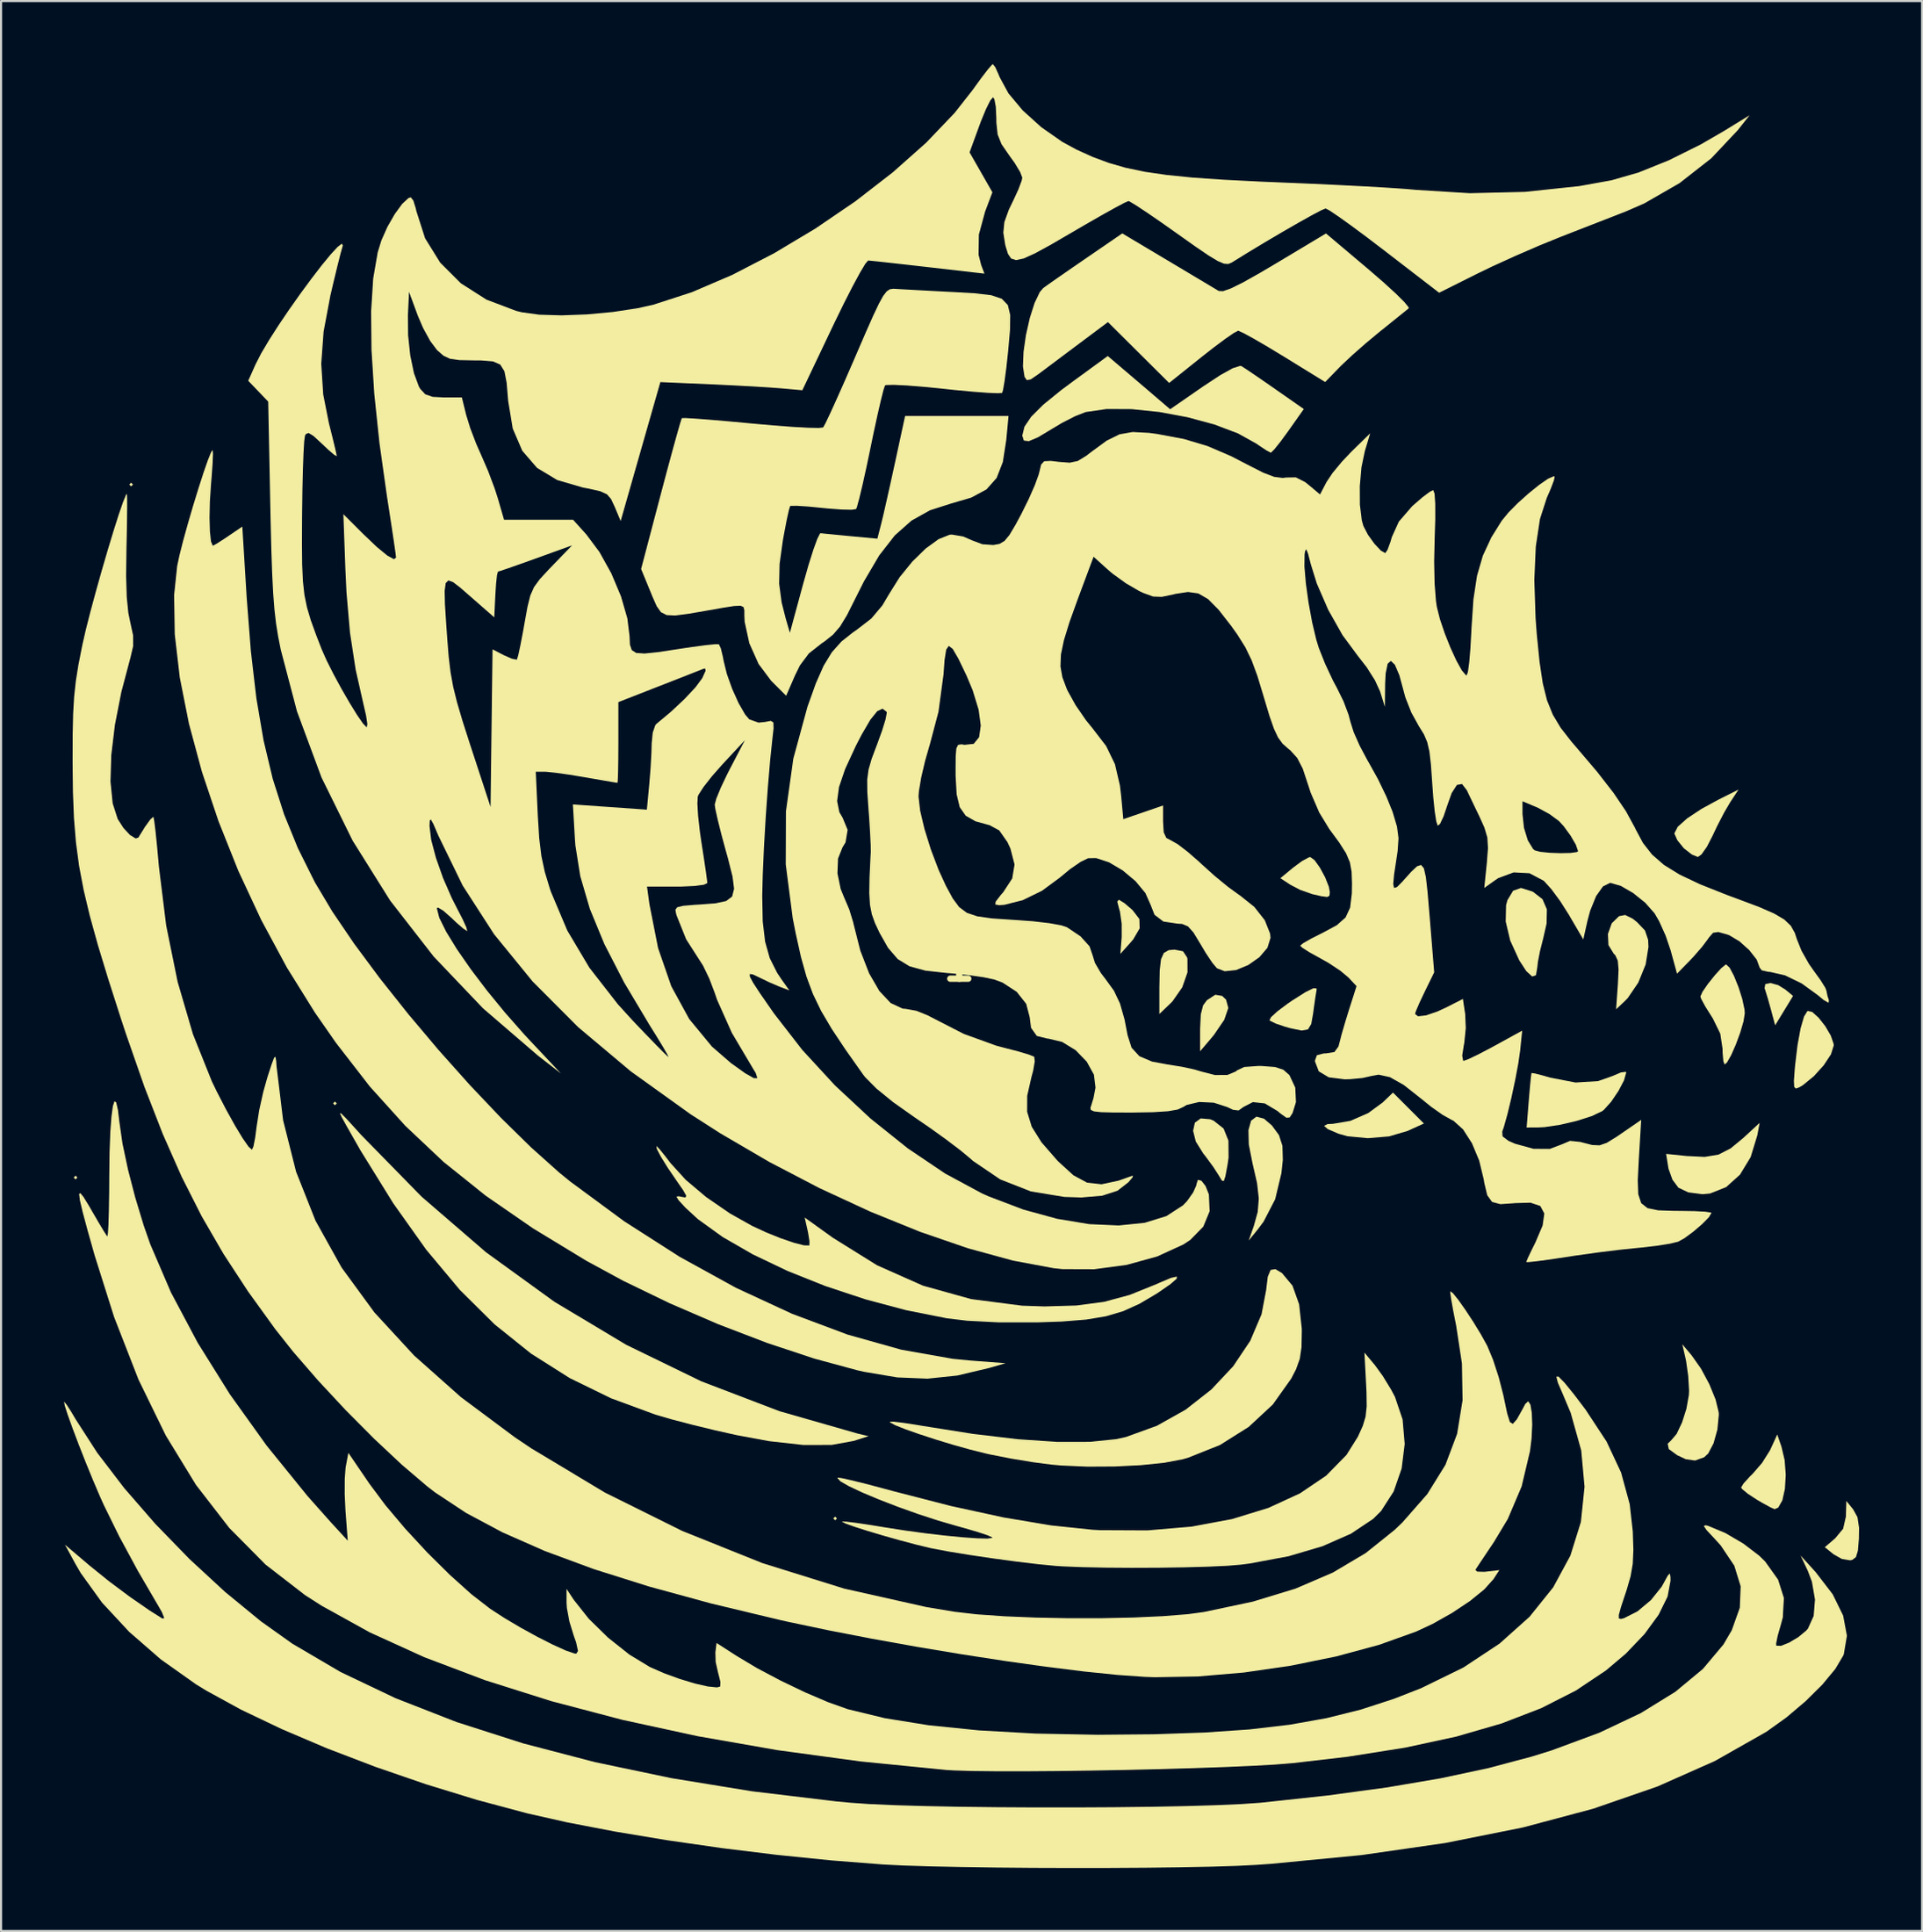
<source format=kicad_pcb>
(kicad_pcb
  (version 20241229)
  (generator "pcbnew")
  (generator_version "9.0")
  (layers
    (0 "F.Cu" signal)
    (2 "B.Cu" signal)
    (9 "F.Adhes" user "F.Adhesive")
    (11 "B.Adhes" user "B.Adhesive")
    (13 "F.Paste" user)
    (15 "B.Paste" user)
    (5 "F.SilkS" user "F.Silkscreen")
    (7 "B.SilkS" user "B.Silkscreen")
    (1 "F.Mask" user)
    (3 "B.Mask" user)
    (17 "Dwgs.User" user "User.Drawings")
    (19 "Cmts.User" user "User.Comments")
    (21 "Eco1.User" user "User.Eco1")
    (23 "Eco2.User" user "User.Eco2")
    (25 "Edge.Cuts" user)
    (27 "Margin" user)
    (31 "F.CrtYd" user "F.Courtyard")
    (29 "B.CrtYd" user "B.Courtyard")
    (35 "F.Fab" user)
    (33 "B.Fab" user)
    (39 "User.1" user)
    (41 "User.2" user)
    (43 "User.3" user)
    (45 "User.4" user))
  (footprint "1"
    (layer "F.Cu")
    (at 42.615 42.855)
    (property "Reference" "1" (at 0 0 0) (layer "F.SilkS") (effects (font (size 1.5 1.5) (thickness 0.3))))
    (attr board_only exclude_from_pos_files exclude_from_bom)
    (fp_poly (pts (xy -41.981 10.142) (xy -42.069 10.231) (xy -42.157 10.142) (xy -42.069 10.054)) (stroke (width 0) (type solid)) (fill yes) (layer "F.SilkS"))
    (fp_poly (pts (xy -39.335 -22.842) (xy -39.423 -22.754) (xy -39.511 -22.842) (xy -39.423 -22.931)) (stroke (width 0) (type solid)) (fill yes) (layer "F.SilkS"))
    (fp_poly (pts (xy -29.633 6.615) (xy -29.722 6.703) (xy -29.81 6.615) (xy -29.722 6.526)) (stroke (width 0) (type solid)) (fill yes) (layer "F.SilkS"))
    (fp_poly (pts (xy -5.821 26.37) (xy -5.909 26.458) (xy -5.997 26.37) (xy -5.909 26.282)) (stroke (width 0) (type solid)) (fill yes) (layer "F.SilkS"))
    (fp_poly (pts (xy 38.979 0.983) (xy 39.317 1.191) (xy 39.691 1.499) (xy 39.265 2.198) (xy 38.839 2.897) (xy 38.636 2.143) (xy 38.489 1.62) (xy 38.365 1.217) (xy 38.336 1.135) (xy 38.369 0.934) (xy 38.617 0.885)) (stroke (width 0) (type solid)) (fill yes) (layer "F.SilkS"))
    (fp_poly (pts (xy 12.513 1.498) (xy 12.7 1.676) (xy 12.807 2.073) (xy 12.613 2.637) (xy 12.124 3.353) (xy 11.985 3.521) (xy 11.465 4.132) (xy 11.465 3.063) (xy 11.497 2.379) (xy 11.607 1.948) (xy 11.788 1.703) (xy 12.188 1.442)) (stroke (width 0) (type solid)) (fill yes) (layer "F.SilkS"))
    (fp_poly (pts (xy 7.863 -2.917) (xy 8.246 -2.589) (xy 8.574 -2.162) (xy 8.587 -1.717) (xy 8.283 -1.197) (xy 8.156 -1.048) (xy 7.668 -0.502) (xy 7.732 -1.308) (xy 7.731 -1.937) (xy 7.648 -2.518) (xy 7.609 -2.651) (xy 7.52 -2.992) (xy 7.596 -3.081)) (stroke (width 0) (type solid)) (fill yes) (layer "F.SilkS"))
    (fp_poly (pts (xy 10.65 -0.627) (xy 10.845 -0.335) (xy 10.861 -0.274) (xy 10.864 0.377) (xy 10.613 1.092) (xy 10.155 1.749) (xy 10.05 1.856) (xy 9.525 2.359) (xy 9.525 1.106) (xy 9.541 0.284) (xy 9.603 -0.247) (xy 9.738 -0.548) (xy 9.968 -0.68) (xy 10.246 -0.706)) (stroke (width 0) (type solid)) (fill yes) (layer "F.SilkS"))
    (fp_poly (pts (xy 21.382 6.835) (xy 22.118 7.571) (xy 21.334 7.927) (xy 20.457 8.185) (xy 19.448 8.27) (xy 18.477 8.177) (xy 18.048 8.056) (xy 17.54 7.837) (xy 17.366 7.683) (xy 17.531 7.599) (xy 17.792 7.585) (xy 18.615 7.446) (xy 19.466 7.075) (xy 20.157 6.568) (xy 20.646 6.099)) (stroke (width 0) (type solid)) (fill yes) (layer "F.SilkS"))
    (fp_poly (pts (xy 16.91 -4.967) (xy 17.167 -4.608) (xy 17.416 -4.147) (xy 17.593 -3.701) (xy 17.639 -3.447) (xy 17.623 -3.272) (xy 17.515 -3.21) (xy 17.224 -3.25) (xy 16.805 -3.346) (xy 16.232 -3.547) (xy 15.761 -3.793) (xy 15.285 -4.105) (xy 15.889 -4.605) (xy 16.304 -4.913) (xy 16.632 -5.092) (xy 16.709 -5.111)) (stroke (width 0) (type solid)) (fill yes) (layer "F.SilkS"))
    (fp_poly (pts (xy 42.553 25.939) (xy 42.757 26.308) (xy 42.834 26.815) (xy 42.826 27.326) (xy 42.778 27.9) (xy 42.685 28.209) (xy 42.515 28.34) (xy 42.407 28.363) (xy 42.009 28.295) (xy 41.622 28.077) (xy 41.203 27.738) (xy 41.697 27.314) (xy 42.075 26.858) (xy 42.206 26.283) (xy 42.209 26.213) (xy 42.228 25.537)) (stroke (width 0) (type solid)) (fill yes) (layer "F.SilkS"))
    (fp_poly (pts (xy 11.941 7.368) (xy 12.113 7.439) (xy 12.582 7.811) (xy 12.813 8.386) (xy 12.819 9.196) (xy 12.767 9.551) (xy 12.668 10.083) (xy 12.591 10.312) (xy 12.498 10.284) (xy 12.36 10.054) (xy 12.09 9.634) (xy 11.721 9.132) (xy 11.615 9) (xy 11.258 8.427) (xy 11.131 7.918) (xy 11.215 7.532) (xy 11.492 7.329)) (stroke (width 0) (type solid)) (fill yes) (layer "F.SilkS"))
    (fp_poly (pts (xy 36.707 -7.734) (xy 36.416 -7.24) (xy 36.079 -6.589) (xy 35.862 -6.13) (xy 35.589 -5.601) (xy 35.329 -5.234) (xy 35.159 -5.115) (xy 34.872 -5.232) (xy 34.509 -5.516) (xy 34.476 -5.548) (xy 34.181 -5.915) (xy 34.044 -6.225) (xy 34.043 -6.245) (xy 34.201 -6.552) (xy 34.645 -6.949) (xy 35.33 -7.404) (xy 36.144 -7.847) (xy 37.098 -8.325)) (stroke (width 0) (type solid)) (fill yes) (layer "F.SilkS"))
    (fp_poly (pts (xy 37.989 8.135) (xy 37.672 9.17) (xy 37.164 10.005) (xy 36.506 10.598) (xy 35.738 10.903) (xy 35.379 10.936) (xy 34.703 10.849) (xy 34.234 10.627) (xy 33.95 10.246) (xy 33.762 9.725) (xy 33.752 9.668) (xy 33.648 9.017) (xy 34.623 9.118) (xy 35.484 9.16) (xy 36.14 9.052) (xy 36.723 8.752) (xy 37.317 8.262) (xy 38.1 7.54)) (stroke (width 0) (type solid)) (fill yes) (layer "F.SilkS"))
    (fp_poly (pts (xy 17.011 1.145) (xy 17.011 1.202) (xy 16.953 1.551) (xy 16.877 2.085) (xy 16.844 2.337) (xy 16.755 2.835) (xy 16.6 3.092) (xy 16.299 3.147) (xy 15.77 3.037) (xy 15.522 2.969) (xy 15.075 2.818) (xy 14.787 2.678) (xy 14.767 2.662) (xy 14.839 2.512) (xy 15.15 2.227) (xy 15.64 1.86) (xy 15.85 1.717) (xy 16.482 1.317) (xy 16.862 1.13)) (stroke (width 0) (type solid)) (fill yes) (layer "F.SilkS"))
    (fp_poly (pts (xy 27.275 -3.473) (xy 27.322 -3.449) (xy 27.764 -3.106) (xy 27.972 -2.622) (xy 27.957 -1.944) (xy 27.802 -1.259) (xy 27.646 -0.642) (xy 27.543 -0.114) (xy 27.517 0.133) (xy 27.453 0.514) (xy 27.273 0.574) (xy 26.993 0.319) (xy 26.659 -0.192) (xy 26.227 -1.136) (xy 26.012 -2.043) (xy 26.029 -2.825) (xy 26.096 -3.063) (xy 26.365 -3.509) (xy 26.741 -3.641)) (stroke (width 0) (type solid)) (fill yes) (layer "F.SilkS"))
    (fp_poly (pts (xy 14.508 7.344) (xy 14.882 7.665) (xy 15.218 8.121) (xy 15.384 8.634) (xy 15.402 9.307) (xy 15.336 9.93) (xy 15.038 11.175) (xy 14.486 12.242) (xy 14.209 12.612) (xy 13.779 13.141) (xy 14.025 12.435) (xy 14.207 11.779) (xy 14.258 11.141) (xy 14.176 10.407) (xy 13.959 9.464) (xy 13.955 9.446) (xy 13.782 8.566) (xy 13.766 7.886) (xy 13.892 7.436) (xy 14.144 7.245)) (stroke (width 0) (type solid)) (fill yes) (layer "F.SilkS"))
    (fp_poly (pts (xy 32.054 -2.18) (xy 32.266 -2.012) (xy 32.642 -1.616) (xy 32.791 -1.175) (xy 32.808 -0.834) (xy 32.675 -0.001) (xy 32.323 0.865) (xy 31.825 1.597) (xy 31.683 1.744) (xy 31.267 2.135) (xy 31.353 0.93) (xy 31.384 0.244) (xy 31.347 -0.181) (xy 31.232 -0.434) (xy 31.154 -0.512) (xy 30.903 -0.923) (xy 30.878 -1.451) (xy 31.059 -1.958) (xy 31.405 -2.297) (xy 31.699 -2.354)) (stroke (width 0) (type solid)) (fill yes) (layer "F.SilkS"))
    (fp_poly (pts (xy 39.136 22.943) (xy 39.29 23.592) (xy 39.343 24.293) (xy 39.303 24.96) (xy 39.181 25.509) (xy 38.986 25.853) (xy 38.814 25.927) (xy 38.619 25.843) (xy 38.23 25.63) (xy 37.968 25.477) (xy 37.535 25.193) (xy 37.264 24.968) (xy 37.218 24.894) (xy 37.336 24.701) (xy 37.631 24.377) (xy 37.769 24.242) (xy 38.216 23.725) (xy 38.589 23.132) (xy 38.629 23.049) (xy 38.938 22.374)) (stroke (width 0) (type solid)) (fill yes) (layer "F.SilkS"))
    (fp_poly (pts (xy 40.601 2.26) (xy 40.905 2.533) (xy 41.224 2.938) (xy 41.486 3.385) (xy 41.622 3.78) (xy 41.628 3.857) (xy 41.496 4.278) (xy 41.153 4.798) (xy 40.682 5.319) (xy 40.163 5.743) (xy 39.99 5.847) (xy 39.827 5.909) (xy 39.745 5.829) (xy 39.731 5.541) (xy 39.772 4.983) (xy 39.787 4.816) (xy 39.904 3.838) (xy 40.051 3.04) (xy 40.214 2.478) (xy 40.38 2.213)) (stroke (width 0) (type solid)) (fill yes) (layer "F.SilkS"))
    (fp_poly (pts (xy 31.75 5.141) (xy 31.644 5.518) (xy 31.378 6.025) (xy 31.034 6.533) (xy 30.691 6.915) (xy 30.594 6.99) (xy 30.097 7.223) (xy 29.384 7.45) (xy 28.592 7.635) (xy 27.858 7.744) (xy 27.571 7.758) (xy 27.008 7.761) (xy 27.11 6.482) (xy 27.164 5.856) (xy 27.209 5.388) (xy 27.239 5.171) (xy 27.241 5.166) (xy 27.409 5.19) (xy 27.81 5.294) (xy 28.126 5.386) (xy 29.338 5.62) (xy 30.408 5.553) (xy 31.095 5.311) (xy 31.495 5.141) (xy 31.727 5.11)) (stroke (width 0) (type solid)) (fill yes) (layer "F.SilkS"))
    (fp_poly (pts (xy 34.864 18.609) (xy 35.305 19.234) (xy 35.703 19.974) (xy 36.003 20.708) (xy 36.15 21.316) (xy 36.157 21.431) (xy 36.089 22.137) (xy 35.907 22.79) (xy 35.651 23.279) (xy 35.458 23.458) (xy 35.021 23.613) (xy 34.581 23.549) (xy 34.175 23.359) (xy 33.775 23.067) (xy 33.722 22.812) (xy 33.885 22.655) (xy 34.149 22.343) (xy 34.406 21.801) (xy 34.615 21.147) (xy 34.73 20.503) (xy 34.741 20.285) (xy 34.701 19.594) (xy 34.604 18.903) (xy 34.58 18.785) (xy 34.419 18.08)) (stroke (width 0) (type solid)) (fill yes) (layer "F.SilkS"))
    (fp_poly (pts (xy 36.671 0.154) (xy 36.88 0.549) (xy 37.094 1.081) (xy 37.274 1.647) (xy 37.38 2.145) (xy 37.393 2.326) (xy 37.332 2.713) (xy 37.177 3.241) (xy 36.968 3.81) (xy 36.744 4.319) (xy 36.545 4.667) (xy 36.432 4.763) (xy 36.373 4.605) (xy 36.339 4.21) (xy 36.335 4.013) (xy 36.226 3.294) (xy 35.867 2.562) (xy 35.807 2.469) (xy 35.512 2) (xy 35.32 1.645) (xy 35.279 1.525) (xy 35.382 1.297) (xy 35.637 0.928) (xy 35.962 0.521) (xy 36.271 0.179) (xy 36.483 0.005) (xy 36.506 0)) (stroke (width 0) (type solid)) (fill yes) (layer "F.SilkS"))
    (fp_poly (pts (xy -29.427 7.089) (xy -29.198 7.318) (xy -28.771 7.785) (xy -28.474 8.114) (xy -25.597 11.052) (xy -22.527 13.701) (xy -19.278 16.053) (xy -15.859 18.102) (xy -12.282 19.841) (xy -8.558 21.264) (xy -4.851 22.326) (xy -4.322 22.454) (xy -5.027 22.679) (xy -6.072 22.87) (xy -7.415 22.874) (xy -9.056 22.69) (xy -10.583 22.407) (xy -11.627 22.174) (xy -12.708 21.911) (xy -13.697 21.652) (xy -14.464 21.429) (xy -16.583 20.648) (xy -18.548 19.687) (xy -20.385 18.523) (xy -22.119 17.133) (xy -23.773 15.493) (xy -25.372 13.581) (xy -26.942 11.373) (xy -28.507 8.847) (xy -29.176 7.673) (xy -29.391 7.282) (xy -29.483 7.082)) (stroke (width 0) (type solid)) (fill yes) (layer "F.SilkS"))
    (fp_poly (pts (xy 7.811 -28.328) (xy 8.417 -27.812) (xy 9.068 -27.257) (xy 9.296 -27.061) (xy 10.038 -26.426) (xy 11.619 -27.52) (xy 12.43 -28.053) (xy 13.021 -28.38) (xy 13.373 -28.491) (xy 13.435 -28.478) (xy 13.677 -28.321) (xy 14.13 -28.015) (xy 14.715 -27.612) (xy 15.035 -27.389) (xy 16.401 -26.436) (xy 15.662 -25.389) (xy 15.29 -24.881) (xy 14.995 -24.514) (xy 14.834 -24.358) (xy 14.826 -24.357) (xy 14.634 -24.46) (xy 14.272 -24.698) (xy 14.139 -24.791) (xy 13.264 -25.277) (xy 12.141 -25.701) (xy 10.862 -26.046) (xy 9.52 -26.295) (xy 8.207 -26.431) (xy 7.016 -26.437) (xy 6.039 -26.296) (xy 5.997 -26.285) (xy 5.513 -26.094) (xy 4.894 -25.778) (xy 4.416 -25.492) (xy 3.746 -25.09) (xy 3.31 -24.906) (xy 3.073 -24.935) (xy 3 -25.167) (xy 3 -25.18) (xy 3.103 -25.596) (xy 3.426 -26.073) (xy 3.996 -26.641) (xy 4.841 -27.328) (xy 5.356 -27.711) (xy 7.068 -28.96)) (stroke (width 0) (type solid)) (fill yes) (layer "F.SilkS"))
    (fp_poly (pts (xy 15.363 14.69) (xy 15.862 15.289) (xy 16.178 16.176) (xy 16.304 17.333) (xy 16.306 17.462) (xy 16.291 18.219) (xy 16.21 18.772) (xy 16.03 19.271) (xy 15.802 19.713) (xy 14.925 20.946) (xy 13.776 22.014) (xy 12.411 22.873) (xy 10.89 23.481) (xy 10.63 23.554) (xy 9.763 23.718) (xy 8.648 23.834) (xy 7.391 23.897) (xy 6.095 23.904) (xy 4.863 23.85) (xy 4.41 23.81) (xy 3.512 23.693) (xy 2.465 23.52) (xy 1.463 23.323) (xy 1.235 23.272) (xy 0.506 23.089) (xy -0.304 22.862) (xy -1.131 22.61) (xy -1.909 22.356) (xy -2.573 22.122) (xy -3.056 21.929) (xy -3.295 21.799) (xy -3.305 21.767) (xy -3.113 21.765) (xy -2.659 21.819) (xy -2.026 21.916) (xy -1.752 21.963) (xy 0.643 22.343) (xy 2.777 22.597) (xy 4.634 22.725) (xy 6.2 22.724) (xy 7.461 22.596) (xy 7.936 22.492) (xy 9.407 21.958) (xy 10.777 21.189) (xy 12.002 20.229) (xy 13.041 19.123) (xy 13.851 17.915) (xy 14.39 16.649) (xy 14.607 15.507) (xy 14.685 14.865) (xy 14.822 14.541) (xy 15.048 14.502)) (stroke (width 0) (type solid)) (fill yes) (layer "F.SilkS"))
    (fp_poly (pts (xy 9.92 -33.507) (xy 10.719 -33.031) (xy 11.424 -32.61) (xy 11.972 -32.283) (xy 12.3 -32.086) (xy 12.35 -32.056) (xy 12.552 -32.045) (xy 12.928 -32.176) (xy 13.51 -32.464) (xy 14.329 -32.925) (xy 15.037 -33.343) (xy 17.457 -34.793) (xy 19.499 -33.07) (xy 20.196 -32.467) (xy 20.772 -31.94) (xy 21.184 -31.532) (xy 21.388 -31.283) (xy 21.398 -31.231) (xy 21.203 -31.074) (xy 20.805 -30.753) (xy 20.275 -30.326) (xy 20.02 -30.122) (xy 19.357 -29.571) (xy 18.708 -29) (xy 18.191 -28.515) (xy 18.102 -28.425) (xy 17.418 -27.721) (xy 15.436 -28.942) (xy 14.686 -29.396) (xy 14.038 -29.773) (xy 13.553 -30.039) (xy 13.294 -30.159) (xy 13.275 -30.163) (xy 13.073 -30.058) (xy 12.661 -29.775) (xy 12.102 -29.358) (xy 11.543 -28.92) (xy 9.99 -27.677) (xy 8.533 -29.126) (xy 7.077 -30.574) (xy 5.699 -29.544) (xy 5.031 -29.044) (xy 4.406 -28.575) (xy 3.92 -28.211) (xy 3.769 -28.098) (xy 3.404 -27.848) (xy 3.214 -27.811) (xy 3.108 -27.967) (xy 3.03 -28.462) (xy 3.059 -29.16) (xy 3.175 -29.962) (xy 3.357 -30.77) (xy 3.585 -31.485) (xy 3.836 -32.008) (xy 3.999 -32.197) (xy 4.269 -32.39) (xy 4.758 -32.732) (xy 5.395 -33.173) (xy 6.04 -33.617) (xy 7.758 -34.796)) (stroke (width 0) (type solid)) (fill yes) (layer "F.SilkS"))
    (fp_poly (pts (xy -14.285 8.772) (xy -14.013 9.106) (xy -13.747 9.454) (xy -13.024 10.25) (xy -12.051 11.071) (xy -10.919 11.85) (xy -9.872 12.438) (xy -9.196 12.752) (xy -8.503 13.031) (xy -7.876 13.246) (xy -7.395 13.37) (xy -7.145 13.375) (xy -7.136 13.368) (xy -7.131 13.174) (xy -7.196 12.773) (xy -7.217 12.676) (xy -7.36 12.045) (xy -6.017 13.009) (xy -3.917 14.318) (xy -1.73 15.289) (xy 0.564 15.928) (xy 2.987 16.242) (xy 4.057 16.278) (xy 5.577 16.234) (xy 6.887 16.06) (xy 8.116 15.728) (xy 9.391 15.214) (xy 9.504 15.162) (xy 10.078 14.919) (xy 10.359 14.855) (xy 10.35 14.958) (xy 10.053 15.216) (xy 9.472 15.619) (xy 9.365 15.688) (xy 8.57 16.156) (xy 7.804 16.503) (xy 6.986 16.746) (xy 6.04 16.904) (xy 4.886 16.997) (xy 3.704 17.038) (xy 1.895 17.038) (xy 0.374 16.959) (xy -0.589 16.843) (xy -2.529 16.457) (xy -4.477 15.937) (xy -6.38 15.306) (xy -8.182 14.586) (xy -9.829 13.8) (xy -11.267 12.971) (xy -12.443 12.123) (xy -13.034 11.579) (xy -13.367 11.217) (xy -13.465 11.051) (xy -13.347 11.034) (xy -13.236 11.06) (xy -13.036 11.093) (xy -12.998 11.009) (xy -13.14 10.752) (xy -13.453 10.3) (xy -13.876 9.68) (xy -14.201 9.156) (xy -14.395 8.789) (xy -14.419 8.643) (xy -14.415 8.643)) (stroke (width 0) (type solid)) (fill yes) (layer "F.SilkS"))
    (fp_poly (pts (xy -35.527 -24.294) (xy -35.545 -23.834) (xy -35.591 -23.189) (xy -35.62 -22.848) (xy -35.674 -22.036) (xy -35.691 -21.263) (xy -35.672 -20.604) (xy -35.621 -20.136) (xy -35.539 -19.935) (xy -35.527 -19.932) (xy -35.361 -20.022) (xy -35.005 -20.249) (xy -34.801 -20.386) (xy -34.131 -20.841) (xy -33.922 -17.468) (xy -33.724 -14.922) (xy -33.461 -12.671) (xy -33.118 -10.661) (xy -32.683 -8.838) (xy -32.142 -7.147) (xy -31.484 -5.534) (xy -30.694 -3.947) (xy -30.658 -3.881) (xy -29.845 -2.518) (xy -28.805 -0.986) (xy -27.584 0.659) (xy -26.228 2.365) (xy -24.784 4.077) (xy -23.298 5.74) (xy -21.817 7.301) (xy -20.386 8.705) (xy -19.053 9.898) (xy -18.521 10.332) (xy -15.953 12.224) (xy -13.311 13.916) (xy -10.631 15.391) (xy -7.953 16.631) (xy -5.315 17.619) (xy -2.756 18.338) (xy -0.314 18.77) (xy 0.49 18.849) (xy 2.205 18.981) (xy 1.432 19.205) (xy -0.093 19.567) (xy -1.514 19.717) (xy -2.954 19.657) (xy -4.536 19.389) (xy -4.851 19.318) (xy -6.912 18.758) (xy -9.152 18.014) (xy -11.477 17.124) (xy -13.791 16.125) (xy -16.001 15.056) (xy -17.748 14.108) (xy -20.293 12.561) (xy -22.542 11.008) (xy -24.551 9.398) (xy -26.372 7.681) (xy -28.062 5.809) (xy -29.673 3.73) (xy -30.673 2.293) (xy -32.01 0.145) (xy -33.229 -2.118) (xy -34.319 -4.453) (xy -35.264 -6.819) (xy -36.053 -9.17) (xy -36.672 -11.466) (xy -37.107 -13.662) (xy -37.346 -15.716) (xy -37.376 -17.585) (xy -37.23 -18.969) (xy -37.12 -19.483) (xy -36.945 -20.173) (xy -36.723 -20.974) (xy -36.475 -21.822) (xy -36.22 -22.651) (xy -35.98 -23.396) (xy -35.772 -23.994) (xy -35.618 -24.378) (xy -35.539 -24.486)) (stroke (width 0) (type solid)) (fill yes) (layer "F.SilkS"))
    (fp_poly (pts (xy 19.786 19.072) (xy 20.158 19.585) (xy 20.554 20.232) (xy 20.741 20.584) (xy 21.104 21.659) (xy 21.204 22.825) (xy 21.057 23.997) (xy 20.677 25.088) (xy 20.081 26.014) (xy 19.702 26.39) (xy 18.649 27.094) (xy 17.293 27.691) (xy 15.674 28.169) (xy 13.83 28.514) (xy 13.41 28.569) (xy 12.76 28.623) (xy 11.835 28.665) (xy 10.715 28.696) (xy 9.477 28.714) (xy 8.2 28.719) (xy 6.963 28.71) (xy 5.844 28.687) (xy 4.92 28.65) (xy 4.586 28.628) (xy 3.747 28.546) (xy 2.708 28.421) (xy 1.576 28.268) (xy 0.457 28.102) (xy -0.542 27.938) (xy -1.314 27.792) (xy -1.411 27.77) (xy -2.078 27.609) (xy -2.839 27.407) (xy -3.623 27.185) (xy -4.361 26.965) (xy -4.981 26.767) (xy -5.413 26.613) (xy -5.586 26.524) (xy -5.585 26.517) (xy -5.397 26.52) (xy -4.934 26.576) (xy -4.265 26.675) (xy -3.511 26.798) (xy -2.586 26.943) (xy -1.629 27.073) (xy -0.699 27.182) (xy 0.145 27.265) (xy 0.842 27.315) (xy 1.335 27.328) (xy 1.564 27.297) (xy 1.566 27.269) (xy 1.357 27.174) (xy 0.889 27.018) (xy 0.245 26.829) (xy -0.11 26.731) (xy -1.012 26.469) (xy -1.968 26.157) (xy -2.922 25.816) (xy -3.823 25.468) (xy -4.614 25.136) (xy -5.243 24.841) (xy -5.656 24.605) (xy -5.799 24.449) (xy -5.789 24.427) (xy -5.605 24.448) (xy -5.142 24.551) (xy -4.461 24.719) (xy -3.622 24.94) (xy -3.17 25.063) (xy -0.406 25.775) (xy 2.113 26.322) (xy 4.367 26.7) (xy 6.339 26.907) (xy 6.703 26.927) (xy 8.953 26.938) (xy 11.057 26.758) (xy 12.988 26.398) (xy 14.717 25.867) (xy 16.219 25.175) (xy 17.466 24.332) (xy 18.431 23.347) (xy 18.974 22.481) (xy 19.208 21.965) (xy 19.341 21.524) (xy 19.394 21.032) (xy 19.385 20.367) (xy 19.367 19.995) (xy 19.287 18.476)) (stroke (width 0) (type solid)) (fill yes) (layer "F.SilkS"))
    (fp_poly (pts (xy -3.052 -32.156) (xy -2.689 -32.134) (xy -2.06 -32.099) (xy -1.253 -32.055) (xy -0.352 -32.008) (xy -0.301 -32.006) (xy 0.766 -31.944) (xy 1.526 -31.853) (xy 2.025 -31.684) (xy 2.31 -31.387) (xy 2.425 -30.913) (xy 2.416 -30.213) (xy 2.33 -29.237) (xy 2.324 -29.178) (xy 2.24 -28.402) (xy 2.156 -27.762) (xy 2.082 -27.337) (xy 2.04 -27.204) (xy 1.838 -27.188) (xy 1.349 -27.208) (xy 0.636 -27.262) (xy -0.239 -27.344) (xy -0.742 -27.398) (xy -1.677 -27.492) (xy -2.485 -27.556) (xy -3.102 -27.587) (xy -3.466 -27.58) (xy -3.534 -27.561) (xy -3.606 -27.351) (xy -3.731 -26.856) (xy -3.897 -26.138) (xy -4.088 -25.256) (xy -4.222 -24.606) (xy -4.422 -23.652) (xy -4.607 -22.821) (xy -4.761 -22.176) (xy -4.871 -21.775) (xy -4.912 -21.674) (xy -5.129 -21.642) (xy -5.606 -21.653) (xy -6.255 -21.702) (xy -6.503 -21.727) (xy -7.184 -21.794) (xy -7.717 -21.829) (xy -8.017 -21.828) (xy -8.051 -21.818) (xy -8.111 -21.623) (xy -8.213 -21.163) (xy -8.337 -20.52) (xy -8.399 -20.177) (xy -8.554 -19.058) (xy -8.575 -18.124) (xy -8.456 -17.23) (xy -8.269 -16.492) (xy -8.064 -15.787) (xy -7.417 -18.168) (xy -7.173 -19.023) (xy -6.947 -19.739) (xy -6.759 -20.255) (xy -6.631 -20.51) (xy -6.604 -20.526) (xy -6.357 -20.5) (xy -5.862 -20.451) (xy -5.222 -20.389) (xy -5.169 -20.384) (xy -3.899 -20.265) (xy -3.726 -20.936) (xy -3.621 -21.367) (xy -3.465 -22.05) (xy -3.276 -22.894) (xy -3.076 -23.807) (xy -3.065 -23.857) (xy -2.579 -26.106) (xy -0.118 -26.106) (xy 2.344 -26.106) (xy 2.237 -24.964) (xy 2.075 -23.918) (xy 1.778 -23.154) (xy 1.293 -22.608) (xy 0.564 -22.218) (xy -0.386 -21.94) (xy -1.397 -21.616) (xy -2.279 -21.122) (xy -3.07 -20.42) (xy -3.81 -19.47) (xy -4.539 -18.232) (xy -4.958 -17.399) (xy -5.348 -16.622) (xy -5.675 -16.086) (xy -6.006 -15.701) (xy -6.405 -15.381) (xy -6.552 -15.282) (xy -7.161 -14.802) (xy -7.587 -14.231) (xy -7.819 -13.758) (xy -8.241 -12.788) (xy -8.953 -13.499) (xy -9.553 -14.301) (xy -9.995 -15.29) (xy -10.217 -16.314) (xy -10.231 -16.613) (xy -10.23 -16.859) (xy -10.27 -17.01) (xy -10.414 -17.074) (xy -10.723 -17.059) (xy -11.263 -16.974) (xy -11.994 -16.845) (xy -12.896 -16.689) (xy -13.519 -16.609) (xy -13.931 -16.628) (xy -14.203 -16.767) (xy -14.403 -17.05) (xy -14.602 -17.497) (xy -14.685 -17.702) (xy -15.146 -18.823) (xy -14.208 -22.385) (xy -13.925 -23.451) (xy -13.67 -24.395) (xy -13.457 -25.166) (xy -13.301 -25.713) (xy -13.215 -25.985) (xy -13.205 -26.005) (xy -13.018 -26.007) (xy -12.535 -25.978) (xy -11.814 -25.922) (xy -10.909 -25.844) (xy -9.878 -25.748) (xy -8.84 -25.655) (xy -7.924 -25.586) (xy -7.187 -25.546) (xy -6.687 -25.536) (xy -6.481 -25.559) (xy -6.373 -25.753) (xy -6.15 -26.221) (xy -5.836 -26.911) (xy -5.453 -27.773) (xy -5.025 -28.754) (xy -4.946 -28.938) (xy -4.469 -30.042) (xy -4.106 -30.862) (xy -3.832 -31.44) (xy -3.624 -31.818) (xy -3.456 -32.036) (xy -3.305 -32.137) (xy -3.146 -32.16)) (stroke (width 0) (type solid)) (fill yes) (layer "F.SilkS"))
    (fp_poly (pts (xy -42.493 20.953) (xy -42.263 21.312) (xy -42.062 21.652) (xy -41.035 23.245) (xy -39.75 24.926) (xy -38.268 26.631) (xy -36.648 28.298) (xy -34.952 29.865) (xy -33.242 31.267) (xy -31.75 32.329) (xy -29.452 33.679) (xy -26.838 34.924) (xy -23.933 36.059) (xy -20.759 37.076) (xy -17.34 37.969) (xy -13.701 38.731) (xy -9.864 39.356) (xy -5.854 39.837) (xy -5.203 39.899) (xy -4.29 39.963) (xy -3.082 40.017) (xy -1.633 40.059) (xy 0.004 40.092) (xy 1.774 40.113) (xy 3.625 40.124) (xy 5.503 40.124) (xy 7.353 40.114) (xy 9.123 40.093) (xy 10.759 40.061) (xy 12.207 40.018) (xy 13.413 39.965) (xy 14.324 39.902) (xy 14.376 39.897) (xy 17.53 39.556) (xy 20.366 39.171) (xy 22.912 38.738) (xy 25.202 38.249) (xy 27.265 37.7) (xy 28.202 37.408) (xy 30.48 36.564) (xy 32.443 35.634) (xy 34.085 34.621) (xy 35.399 33.531) (xy 36.377 32.368) (xy 36.774 31.689) (xy 37.156 30.619) (xy 37.197 29.602) (xy 36.894 28.619) (xy 36.244 27.65) (xy 35.947 27.324) (xy 35.576 26.927) (xy 35.442 26.73) (xy 35.524 26.692) (xy 35.658 26.726) (xy 36.472 27.066) (xy 37.333 27.572) (xy 38.085 28.147) (xy 38.364 28.421) (xy 38.978 29.282) (xy 39.254 30.154) (xy 39.203 31.083) (xy 39.106 31.441) (xy 38.958 31.958) (xy 38.886 32.321) (xy 38.893 32.426) (xy 39.12 32.433) (xy 39.507 32.277) (xy 39.941 32.018) (xy 40.309 31.715) (xy 40.399 31.614) (xy 40.672 31.011) (xy 40.735 30.23) (xy 40.589 29.381) (xy 40.398 28.875) (xy 40.05 28.134) (xy 40.77 28.928) (xy 41.578 29.979) (xy 42.076 30.995) (xy 42.255 31.952) (xy 42.108 32.826) (xy 42.081 32.894) (xy 41.703 33.532) (xy 41.083 34.279) (xy 40.287 35.068) (xy 39.381 35.836) (xy 38.43 36.517) (xy 38.396 36.538) (xy 35.972 37.913) (xy 33.234 39.128) (xy 30.182 40.184) (xy 26.818 41.08) (xy 23.143 41.816) (xy 19.157 42.391) (xy 14.861 42.807) (xy 14.111 42.86) (xy 13.19 42.907) (xy 11.975 42.945) (xy 10.522 42.974) (xy 8.891 42.994) (xy 7.139 43.005) (xy 5.324 43.007) (xy 3.504 43.001) (xy 1.737 42.985) (xy 0.08 42.961) (xy -1.407 42.929) (xy -2.668 42.888) (xy -3.616 42.84) (xy -6.102 42.645) (xy -8.7 42.38) (xy -11.333 42.056) (xy -13.92 41.683) (xy -16.386 41.273) (xy -18.651 40.838) (xy -20.549 40.41) (xy -22.968 39.763) (xy -25.406 39.015) (xy -27.806 38.189) (xy -30.109 37.308) (xy -32.256 36.394) (xy -34.19 35.471) (xy -35.851 34.561) (xy -36.336 34.263) (xy -38.008 33.079) (xy -39.517 31.765) (xy -40.807 30.377) (xy -41.821 28.97) (xy -42.073 28.536) (xy -42.573 27.617) (xy -41.383 28.627) (xy -40.481 29.355) (xy -39.49 30.095) (xy -38.538 30.753) (xy -37.931 31.135) (xy -37.846 31.109) (xy -37.958 30.83) (xy -38.093 30.593) (xy -39.101 28.866) (xy -39.993 27.216) (xy -40.724 25.729) (xy -40.911 25.312) (xy -41.246 24.526) (xy -41.59 23.684) (xy -41.919 22.848) (xy -42.209 22.081) (xy -42.438 21.445) (xy -42.581 21.003) (xy -42.615 20.816) (xy -42.61 20.814)) (stroke (width 0) (type solid)) (fill yes) (layer "F.SilkS"))
    (fp_poly (pts (xy -40.132 6.57) (xy -40.049 6.941) (xy -39.981 7.508) (xy -39.833 8.53) (xy -39.572 9.763) (xy -39.226 11.097) (xy -38.825 12.421) (xy -38.512 13.317) (xy -37.526 15.613) (xy -36.253 18.008) (xy -34.725 20.454) (xy -32.973 22.9) (xy -31.029 25.299) (xy -29.92 26.547) (xy -29.11 27.428) (xy -29.219 25.994) (xy -29.256 25.22) (xy -29.254 24.495) (xy -29.214 23.959) (xy -29.205 23.904) (xy -29.081 23.248) (xy -28.079 24.717) (xy -27.311 25.747) (xy -26.368 26.864) (xy -25.324 27.992) (xy -24.252 29.053) (xy -23.228 29.973) (xy -22.327 30.671) (xy -21.65 31.11) (xy -20.878 31.567) (xy -20.084 32.003) (xy -19.343 32.379) (xy -18.728 32.657) (xy -18.314 32.798) (xy -18.234 32.808) (xy -18.15 32.678) (xy -18.238 32.274) (xy -18.361 31.924) (xy -18.56 31.273) (xy -18.68 30.63) (xy -18.696 30.381) (xy -18.695 29.722) (xy -18.349 30.246) (xy -17.638 31.143) (xy -16.716 32.046) (xy -15.706 32.847) (xy -14.732 33.439) (xy -14.05 33.738) (xy -13.308 34.008) (xy -12.586 34.226) (xy -11.967 34.368) (xy -11.533 34.412) (xy -11.382 34.371) (xy -11.369 34.158) (xy -11.466 33.766) (xy -11.477 33.731) (xy -11.597 33.198) (xy -11.61 32.742) (xy -11.553 32.297) (xy -10.583 32.922) (xy -9.616 33.499) (xy -8.495 34.092) (xy -7.331 34.65) (xy -6.236 35.118) (xy -5.319 35.444) (xy -5.295 35.452) (xy -3.542 35.877) (xy -1.464 36.212) (xy 0.927 36.456) (xy 3.613 36.608) (xy 6.581 36.666) (xy 9.248 36.642) (xy 11.681 36.559) (xy 13.824 36.411) (xy 15.738 36.186) (xy 17.481 35.875) (xy 19.113 35.468) (xy 20.692 34.954) (xy 21.986 34.448) (xy 23.996 33.465) (xy 25.719 32.326) (xy 27.148 31.048) (xy 28.274 29.647) (xy 29.091 28.138) (xy 29.591 26.537) (xy 29.765 24.861) (xy 29.606 23.126) (xy 29.107 21.347) (xy 28.743 20.482) (xy 28.496 19.91) (xy 28.422 19.621) (xy 28.524 19.617) (xy 28.807 19.902) (xy 29.275 20.478) (xy 29.818 21.195) (xy 30.815 22.711) (xy 31.505 24.185) (xy 31.915 25.687) (xy 32.061 26.988) (xy 32.089 27.863) (xy 32.06 28.526) (xy 31.959 29.116) (xy 31.769 29.773) (xy 31.712 29.944) (xy 31.499 30.589) (xy 31.396 30.963) (xy 31.398 31.129) (xy 31.504 31.153) (xy 31.648 31.114) (xy 32.288 30.79) (xy 32.927 30.254) (xy 33.431 29.624) (xy 33.507 29.492) (xy 33.724 29.094) (xy 33.824 28.987) (xy 33.855 29.151) (xy 33.859 29.332) (xy 33.717 30.09) (xy 33.291 30.954) (xy 32.618 31.875) (xy 31.73 32.805) (xy 30.786 33.603) (xy 29.355 34.56) (xy 27.705 35.399) (xy 25.815 36.128) (xy 23.662 36.752) (xy 21.226 37.278) (xy 18.487 37.712) (xy 15.875 38.016) (xy 15.057 38.082) (xy 13.962 38.144) (xy 12.644 38.202) (xy 11.159 38.254) (xy 9.56 38.301) (xy 7.901 38.34) (xy 6.238 38.371) (xy 4.624 38.393) (xy 3.113 38.404) (xy 1.76 38.403) (xy 0.62 38.39) (xy -0.254 38.363) (xy -0.617 38.341) (xy -4.703 37.935) (xy -8.652 37.398) (xy -12.438 36.736) (xy -16.037 35.956) (xy -19.425 35.064) (xy -22.576 34.068) (xy -25.466 32.974) (xy -28.07 31.789) (xy -30.363 30.519) (xy -31.145 30.018) (xy -33.024 28.565) (xy -34.753 26.818) (xy -36.335 24.772) (xy -37.773 22.421) (xy -39.072 19.759) (xy -40.234 16.78) (xy -41.16 13.847) (xy -41.494 12.663) (xy -41.727 11.796) (xy -41.862 11.224) (xy -41.899 10.927) (xy -41.84 10.883) (xy -41.688 11.071) (xy -41.442 11.47) (xy -41.322 11.678) (xy -40.989 12.251) (xy -40.722 12.697) (xy -40.569 12.933) (xy -40.557 12.948) (xy -40.528 12.811) (xy -40.502 12.377) (xy -40.482 11.701) (xy -40.468 10.839) (xy -40.464 10.09) (xy -40.449 8.932) (xy -40.413 7.973) (xy -40.358 7.235) (xy -40.291 6.74) (xy -40.214 6.511)) (stroke (width 0) (type solid)) (fill yes) (layer "F.SilkS"))
    (fp_poly (pts (xy -39.613 -22.235) (xy -39.612 -21.778) (xy -39.619 -21.091) (xy -39.635 -20.236) (xy -39.645 -19.8) (xy -39.661 -18.495) (xy -39.632 -17.49) (xy -39.556 -16.734) (xy -39.466 -16.293) (xy -39.328 -15.659) (xy -39.326 -15.156) (xy -39.452 -14.617) (xy -39.888 -12.97) (xy -40.195 -11.402) (xy -40.368 -9.963) (xy -40.405 -8.701) (xy -40.301 -7.665) (xy -40.063 -6.924) (xy -39.786 -6.492) (xy -39.474 -6.159) (xy -39.207 -5.997) (xy -39.08 -6.037) (xy -38.762 -6.55) (xy -38.507 -6.903) (xy -38.367 -7.026) (xy -38.361 -7.022) (xy -38.323 -6.832) (xy -38.264 -6.359) (xy -38.193 -5.669) (xy -38.116 -4.83) (xy -38.102 -4.67) (xy -37.754 -1.853) (xy -37.209 0.829) (xy -36.48 3.32) (xy -35.582 5.561) (xy -35.358 6.025) (xy -34.909 6.893) (xy -34.483 7.661) (xy -34.112 8.275) (xy -33.829 8.679) (xy -33.671 8.819) (xy -33.599 8.659) (xy -33.517 8.242) (xy -33.449 7.717) (xy -33.328 6.948) (xy -33.131 6.061) (xy -32.939 5.38) (xy -32.736 4.756) (xy -32.615 4.437) (xy -32.551 4.394) (xy -32.517 4.596) (xy -32.5 4.851) (xy -32.187 7.419) (xy -31.57 9.865) (xy -30.645 12.198) (xy -29.404 14.428) (xy -27.842 16.564) (xy -25.951 18.615) (xy -23.726 20.592) (xy -21.161 22.503) (xy -20.373 23.033) (xy -16.866 25.139) (xy -13.186 26.965) (xy -9.377 28.493) (xy -5.481 29.708) (xy -1.541 30.592) (xy -0.23 30.81) (xy 0.836 30.933) (xy 2.146 31.026) (xy 3.625 31.087) (xy 5.197 31.118) (xy 6.784 31.117) (xy 8.311 31.084) (xy 9.703 31.02) (xy 10.882 30.925) (xy 11.644 30.822) (xy 13.975 30.328) (xy 16.009 29.708) (xy 17.786 28.944) (xy 19.344 28.019) (xy 20.723 26.915) (xy 21.096 26.557) (xy 22.279 25.209) (xy 23.143 23.816) (xy 23.699 22.341) (xy 23.958 20.747) (xy 23.929 18.996) (xy 23.655 17.198) (xy 23.516 16.498) (xy 23.417 15.944) (xy 23.371 15.614) (xy 23.372 15.558) (xy 23.499 15.646) (xy 23.756 15.965) (xy 24.095 16.445) (xy 24.467 17.011) (xy 24.823 17.594) (xy 25.115 18.12) (xy 25.137 18.163) (xy 25.409 18.816) (xy 25.681 19.652) (xy 25.9 20.506) (xy 25.925 20.624) (xy 26.082 21.369) (xy 26.21 21.779) (xy 26.351 21.868) (xy 26.545 21.647) (xy 26.835 21.127) (xy 26.945 20.917) (xy 27.084 20.791) (xy 27.189 20.955) (xy 27.254 21.346) (xy 27.274 21.902) (xy 27.243 22.56) (xy 27.169 23.163) (xy 26.77 24.846) (xy 26.113 26.391) (xy 25.456 27.484) (xy 25.073 28.055) (xy 24.764 28.518) (xy 24.585 28.789) (xy 24.567 28.818) (xy 24.653 28.9) (xy 24.988 28.91) (xy 25.091 28.9) (xy 25.711 28.827) (xy 25.428 29.26) (xy 24.993 29.745) (xy 24.311 30.299) (xy 23.462 30.865) (xy 22.531 31.389) (xy 21.748 31.754) (xy 19.973 32.389) (xy 17.949 32.936) (xy 15.774 33.38) (xy 13.543 33.704) (xy 11.355 33.891) (xy 9.305 33.927) (xy 8.819 33.909) (xy 7.518 33.817) (xy 5.933 33.653) (xy 4.123 33.427) (xy 2.149 33.149) (xy 0.069 32.828) (xy -2.056 32.473) (xy -4.168 32.093) (xy -6.206 31.698) (xy -8.11 31.297) (xy -8.514 31.207) (xy -11.811 30.417) (xy -14.77 29.609) (xy -17.403 28.779) (xy -19.725 27.921) (xy -21.748 27.03) (xy -23.487 26.101) (xy -24.956 25.129) (xy -25.333 24.838) (xy -26.536 23.812) (xy -27.855 22.576) (xy -29.21 21.213) (xy -30.52 19.807) (xy -31.705 18.44) (xy -32.554 17.37) (xy -33.862 15.558) (xy -35.022 13.784) (xy -36.064 11.986) (xy -37.018 10.102) (xy -37.916 8.07) (xy -38.788 5.83) (xy -39.664 3.318) (xy -39.915 2.558) (xy -40.514 0.689) (xy -41.001 -0.91) (xy -41.386 -2.299) (xy -41.682 -3.539) (xy -41.9 -4.69) (xy -42.05 -5.812) (xy -42.144 -6.966) (xy -42.193 -8.211) (xy -42.209 -9.609) (xy -42.209 -9.701) (xy -42.205 -10.946) (xy -42.183 -11.93) (xy -42.135 -12.746) (xy -42.055 -13.488) (xy -41.934 -14.247) (xy -41.763 -15.116) (xy -41.735 -15.251) (xy -41.579 -15.933) (xy -41.364 -16.778) (xy -41.108 -17.726) (xy -40.829 -18.72) (xy -40.543 -19.701) (xy -40.267 -20.612) (xy -40.019 -21.393) (xy -39.815 -21.986) (xy -39.674 -22.334) (xy -39.624 -22.401)) (stroke (width 0) (type solid)) (fill yes) (layer "F.SilkS"))
    (fp_poly (pts (xy 1.712 -42.712) (xy 1.877 -42.348) (xy 1.918 -42.241) (xy 2.339 -41.465) (xy 3.023 -40.647) (xy 3.9 -39.855) (xy 4.897 -39.157) (xy 5.579 -38.785) (xy 6.342 -38.44) (xy 7.107 -38.154) (xy 7.919 -37.92) (xy 8.825 -37.73) (xy 9.873 -37.577) (xy 11.11 -37.452) (xy 12.581 -37.35) (xy 14.335 -37.261) (xy 15.346 -37.219) (xy 16.727 -37.161) (xy 18.068 -37.098) (xy 19.306 -37.034) (xy 20.379 -36.971) (xy 21.225 -36.914) (xy 21.781 -36.865) (xy 21.784 -36.865) (xy 24.297 -36.709) (xy 26.923 -36.772) (xy 29.507 -37.046) (xy 31.044 -37.323) (xy 32.331 -37.693) (xy 33.778 -38.276) (xy 35.299 -39.032) (xy 36.406 -39.673) (xy 37.623 -40.421) (xy 37.061 -39.712) (xy 35.801 -38.373) (xy 34.289 -37.19) (xy 32.614 -36.225) (xy 31.75 -35.848) (xy 31.198 -35.632) (xy 30.422 -35.33) (xy 29.528 -34.982) (xy 28.663 -34.645) (xy 27.618 -34.22) (xy 26.466 -33.721) (xy 25.367 -33.221) (xy 24.694 -32.896) (xy 22.842 -31.971) (xy 20.237 -33.977) (xy 19.405 -34.611) (xy 18.662 -35.162) (xy 18.055 -35.597) (xy 17.632 -35.882) (xy 17.44 -35.983) (xy 17.234 -35.897) (xy 16.787 -35.661) (xy 16.157 -35.309) (xy 15.406 -34.877) (xy 14.591 -34.397) (xy 13.774 -33.905) (xy 13.013 -33.435) (xy 12.965 -33.405) (xy 12.802 -33.339) (xy 12.599 -33.355) (xy 12.306 -33.48) (xy 11.876 -33.738) (xy 11.259 -34.157) (xy 10.408 -34.76) (xy 9.636 -35.305) (xy 8.963 -35.768) (xy 8.44 -36.114) (xy 8.121 -36.308) (xy 8.053 -36.336) (xy 7.859 -36.251) (xy 7.414 -36.014) (xy 6.773 -35.657) (xy 5.989 -35.207) (xy 5.344 -34.831) (xy 4.341 -34.247) (xy 3.595 -33.84) (xy 3.063 -33.601) (xy 2.702 -33.524) (xy 2.468 -33.6) (xy 2.317 -33.822) (xy 2.206 -34.182) (xy 2.184 -34.276) (xy 2.097 -34.83) (xy 2.147 -35.334) (xy 2.357 -35.919) (xy 2.576 -36.372) (xy 2.816 -36.891) (xy 2.97 -37.305) (xy 2.999 -37.451) (xy 2.897 -37.718) (xy 2.637 -38.149) (xy 2.381 -38.505) (xy 2.01 -39.043) (xy 1.826 -39.505) (xy 1.766 -40.07) (xy 1.764 -40.294) (xy 1.738 -40.829) (xy 1.671 -41.185) (xy 1.605 -41.275) (xy 1.475 -41.121) (xy 1.271 -40.713) (xy 1.031 -40.13) (xy 0.969 -39.963) (xy 0.49 -38.652) (xy 1.034 -37.702) (xy 1.577 -36.752) (xy 1.23 -35.836) (xy 0.933 -34.74) (xy 0.919 -33.776) (xy 1.04 -33.297) (xy 1.198 -32.881) (xy -1.473 -33.188) (xy -2.415 -33.296) (xy -3.237 -33.388) (xy -3.874 -33.458) (xy -4.259 -33.498) (xy -4.337 -33.505) (xy -4.468 -33.356) (xy -4.721 -32.935) (xy -5.07 -32.291) (xy -5.488 -31.473) (xy -5.949 -30.529) (xy -6 -30.422) (xy -7.471 -27.33) (xy -8.454 -27.419) (xy -9.01 -27.461) (xy -9.814 -27.511) (xy -10.763 -27.562) (xy -11.751 -27.61) (xy -11.833 -27.613) (xy -14.23 -27.718) (xy -15.175 -24.412) (xy -16.119 -21.105) (xy -16.406 -21.789) (xy -16.576 -22.151) (xy -16.771 -22.376) (xy -17.087 -22.521) (xy -17.618 -22.643) (xy -17.915 -22.699) (xy -19.142 -23.057) (xy -20.101 -23.636) (xy -20.802 -24.449) (xy -21.257 -25.507) (xy -21.475 -26.825) (xy -21.477 -26.855) (xy -21.547 -27.69) (xy -21.654 -28.236) (xy -21.852 -28.553) (xy -22.196 -28.703) (xy -22.739 -28.748) (xy -23.127 -28.751) (xy -23.804 -28.765) (xy -24.241 -28.828) (xy -24.551 -28.972) (xy -24.847 -29.23) (xy -24.862 -29.244) (xy -25.183 -29.673) (xy -25.524 -30.293) (xy -25.774 -30.876) (xy -26.194 -32.015) (xy -26.246 -30.91) (xy -26.238 -29.949) (xy -26.136 -28.99) (xy -25.959 -28.141) (xy -25.725 -27.508) (xy -25.661 -27.398) (xy -25.421 -27.138) (xy -25.07 -27.016) (xy -24.535 -26.988) (xy -23.678 -26.988) (xy -23.472 -26.15) (xy -23.278 -25.522) (xy -22.993 -24.774) (xy -22.762 -24.253) (xy -22.433 -23.494) (xy -22.122 -22.668) (xy -21.965 -22.181) (xy -21.671 -21.167) (xy -20.028 -21.167) (xy -18.385 -21.167) (xy -17.754 -20.467) (xy -17.129 -19.631) (xy -16.563 -18.612) (xy -16.104 -17.521) (xy -15.8 -16.47) (xy -15.696 -15.622) (xy -15.678 -15.221) (xy -15.59 -14.961) (xy -15.377 -14.825) (xy -14.982 -14.799) (xy -14.348 -14.864) (xy -13.494 -14.994) (xy -12.705 -15.113) (xy -12.05 -15.199) (xy -11.604 -15.243) (xy -11.444 -15.241) (xy -11.35 -15.042) (xy -11.249 -14.625) (xy -11.222 -14.468) (xy -11.065 -13.829) (xy -10.809 -13.112) (xy -10.502 -12.431) (xy -10.194 -11.897) (xy -9.997 -11.666) (xy -9.554 -11.51) (xy -9.245 -11.542) (xy -8.971 -11.595) (xy -8.849 -11.519) (xy -8.84 -11.235) (xy -8.888 -10.812) (xy -9.001 -9.742) (xy -9.112 -8.437) (xy -9.213 -7.015) (xy -9.297 -5.592) (xy -9.355 -4.286) (xy -9.381 -3.263) (xy -9.357 -2.045) (xy -9.243 -1.086) (xy -9.022 -0.3) (xy -8.671 0.398) (xy -8.458 0.717) (xy -8.089 1.235) (xy -8.544 1.063) (xy -9.033 0.854) (xy -9.546 0.607) (xy -9.825 0.475) (xy -9.972 0.453) (xy -9.972 0.575) (xy -9.811 0.876) (xy -9.476 1.388) (xy -8.951 2.145) (xy -8.819 2.334) (xy -7.473 4.069) (xy -5.922 5.753) (xy -4.229 7.331) (xy -2.457 8.75) (xy -0.669 9.955) (xy 1.072 10.893) (xy 1.389 11.036) (xy 3.048 11.666) (xy 4.661 12.108) (xy 6.188 12.361) (xy 7.589 12.424) (xy 8.826 12.297) (xy 9.859 11.978) (xy 10.649 11.466) (xy 10.843 11.263) (xy 11.132 10.855) (xy 11.283 10.518) (xy 11.289 10.467) (xy 11.359 10.251) (xy 11.525 10.294) (xy 11.721 10.542) (xy 11.88 10.94) (xy 11.883 10.95) (xy 11.917 11.748) (xy 11.616 12.479) (xy 10.994 13.114) (xy 10.665 13.33) (xy 9.417 13.901) (xy 7.966 14.301) (xy 6.426 14.508) (xy 4.914 14.503) (xy 4.498 14.459) (xy 2.559 14.097) (xy 0.421 13.513) (xy -1.863 12.728) (xy -4.238 11.765) (xy -6.652 10.648) (xy -9.049 9.398) (xy -11.377 8.038) (xy -12.788 7.133) (xy -15.639 5.088) (xy -18.146 2.982) (xy -20.312 0.809) (xy -22.142 -1.435) (xy -23.639 -3.754) (xy -24.807 -6.151) (xy -24.811 -6.162) (xy -25.032 -6.68) (xy -25.154 -6.899) (xy -25.207 -6.849) (xy -25.219 -6.589) (xy -25.139 -5.931) (xy -24.912 -5.071) (xy -24.573 -4.111) (xy -24.155 -3.153) (xy -23.919 -2.69) (xy -23.641 -2.152) (xy -23.464 -1.76) (xy -23.422 -1.589) (xy -23.427 -1.587) (xy -23.603 -1.701) (xy -23.938 -1.991) (xy -24.202 -2.241) (xy -24.569 -2.563) (xy -24.811 -2.707) (xy -24.871 -2.676) (xy -24.754 -2.221) (xy -24.425 -1.557) (xy -23.916 -0.728) (xy -23.258 0.221) (xy -22.483 1.243) (xy -21.623 2.294) (xy -20.71 3.329) (xy -20.449 3.61) (xy -18.962 5.191) (xy -20.056 4.34) (xy -22.671 2.09) (xy -25.021 -0.377) (xy -27.094 -3.043) (xy -28.877 -5.89) (xy -30.359 -8.896) (xy -31.527 -12.045) (xy -32.302 -14.993) (xy -32.425 -15.612) (xy -32.523 -16.225) (xy -32.6 -16.89) (xy -32.661 -17.662) (xy -32.709 -18.597) (xy -32.749 -19.751) (xy -32.784 -21.18) (xy -32.797 -21.817) (xy -32.897 -26.789) (xy -33.373 -27.286) (xy -33.849 -27.782) (xy -33.494 -28.575) (xy -33.232 -29.086) (xy -32.858 -29.717) (xy -32.402 -30.429) (xy -31.892 -31.182) (xy -31.359 -31.936) (xy -30.833 -32.649) (xy -30.344 -33.284) (xy -29.92 -33.798) (xy -29.593 -34.152) (xy -29.391 -34.307) (xy -29.345 -34.221) (xy -29.37 -34.131) (xy -29.457 -33.821) (xy -29.6 -33.254) (xy -29.779 -32.514) (xy -29.938 -31.838) (xy -30.26 -30.123) (xy -30.373 -28.589) (xy -30.279 -27.133) (xy -30.01 -25.773) (xy -29.84 -25.094) (xy -29.71 -24.555) (xy -29.64 -24.238) (xy -29.633 -24.193) (xy -29.746 -24.249) (xy -30.037 -24.497) (xy -30.333 -24.777) (xy -30.742 -25.154) (xy -30.979 -25.298) (xy -31.109 -25.24) (xy -31.147 -25.163) (xy -31.183 -24.901) (xy -31.216 -24.346) (xy -31.246 -23.554) (xy -31.269 -22.585) (xy -31.283 -21.498) (xy -31.285 -21.296) (xy -31.291 -20.022) (xy -31.281 -19.027) (xy -31.245 -18.239) (xy -31.172 -17.585) (xy -31.051 -16.992) (xy -30.871 -16.387) (xy -30.622 -15.697) (xy -30.349 -14.993) (xy -30.112 -14.46) (xy -29.785 -13.811) (xy -29.407 -13.115) (xy -29.019 -12.444) (xy -28.664 -11.869) (xy -28.381 -11.461) (xy -28.212 -11.29) (xy -28.204 -11.289) (xy -28.178 -11.443) (xy -28.237 -11.842) (xy -28.341 -12.291) (xy -28.732 -14.02) (xy -29.004 -15.791) (xy -29.172 -17.725) (xy -29.174 -17.78) (xy -24.498 -17.78) (xy -24.484 -17.136) (xy -24.423 -16.189) (xy -24.376 -15.522) (xy -24.306 -14.649) (xy -24.218 -13.913) (xy -24.093 -13.221) (xy -23.91 -12.48) (xy -23.65 -11.598) (xy -23.292 -10.482) (xy -23.267 -10.407) (xy -22.313 -7.497) (xy -22.292 -9.172) (xy -20.16 -9.172) (xy -20.064 -7.082) (xy -19.997 -6.012) (xy -19.893 -5.162) (xy -19.73 -4.4) (xy -19.485 -3.594) (xy -19.437 -3.454) (xy -18.659 -1.613) (xy -17.61 0.152) (xy -16.257 1.89) (xy -15.548 2.67) (xy -14.942 3.305) (xy -14.427 3.836) (xy -14.05 4.217) (xy -13.856 4.4) (xy -13.841 4.41) (xy -13.904 4.271) (xy -14.12 3.898) (xy -14.454 3.35) (xy -14.756 2.866) (xy -15.957 0.853) (xy -16.897 -0.974) (xy -17.587 -2.648) (xy -17.896 -3.704) (xy -14.865 -3.704) (xy -14.75 -2.868) (xy -14.338 -0.779) (xy -13.709 1.039) (xy -12.856 2.598) (xy -11.774 3.91) (xy -10.875 4.69) (xy -10.202 5.172) (xy -9.783 5.411) (xy -9.613 5.41) (xy -9.69 5.168) (xy -9.803 4.983) (xy -10.825 3.259) (xy -11.528 1.686) (xy -11.639 1.361) (xy -11.9 0.673) (xy -12.2 0.052) (xy -12.454 -0.343) (xy -13.002 -1.198) (xy -13.453 -2.324) (xy -13.478 -2.405) (xy -13.514 -2.603) (xy -13.427 -2.722) (xy -13.149 -2.791) (xy -12.61 -2.837) (xy -12.353 -2.852) (xy -11.603 -2.909) (xy -11.098 -3.018) (xy -10.813 -3.231) (xy -10.72 -3.602) (xy -10.794 -4.185) (xy -11.008 -5.033) (xy -11.105 -5.381) (xy -11.322 -6.18) (xy -11.496 -6.876) (xy -11.609 -7.385) (xy -11.642 -7.607) (xy -11.563 -7.899) (xy -11.354 -8.409) (xy -11.053 -9.043) (xy -10.924 -9.296) (xy -10.206 -10.672) (xy -11.273 -9.525) (xy -11.769 -8.962) (xy -12.17 -8.452) (xy -12.412 -8.077) (xy -12.449 -7.989) (xy -12.468 -7.655) (xy -12.433 -7.068) (xy -12.349 -6.325) (xy -12.276 -5.822) (xy -12.158 -5.059) (xy -12.064 -4.424) (xy -12.007 -4) (xy -11.994 -3.873) (xy -12.157 -3.794) (xy -12.593 -3.735) (xy -13.223 -3.706) (xy -13.43 -3.704) (xy -14.865 -3.704) (xy -17.896 -3.704) (xy -18.042 -4.202) (xy -18.275 -5.67) (xy -18.297 -5.969) (xy -18.394 -7.617) (xy -16.633 -7.492) (xy -14.872 -7.367) (xy -14.757 -8.578) (xy -14.696 -9.332) (xy -14.655 -10.065) (xy -14.642 -10.532) (xy -14.592 -11.036) (xy -14.469 -11.39) (xy -14.42 -11.447) (xy -13.726 -12.027) (xy -13.082 -12.631) (xy -12.563 -13.184) (xy -12.246 -13.61) (xy -12.228 -13.643) (xy -12.072 -13.987) (xy -12.103 -14.09) (xy -12.197 -14.065) (xy -12.45 -13.965) (xy -12.955 -13.766) (xy -13.637 -13.499) (xy -14.332 -13.228) (xy -16.228 -12.487) (xy -16.228 -10.565) (xy -16.232 -9.789) (xy -16.242 -9.164) (xy -16.257 -8.759) (xy -16.272 -8.643) (xy -16.453 -8.672) (xy -16.9 -8.748) (xy -17.529 -8.857) (xy -17.815 -8.908) (xy -18.556 -9.03) (xy -19.206 -9.122) (xy -19.656 -9.169) (xy -19.737 -9.172) (xy -20.16 -9.172) (xy -22.292 -9.172) (xy -22.266 -11.248) (xy -22.218 -14.998) (xy -21.676 -14.718) (xy -21.295 -14.551) (xy -21.07 -14.507) (xy -21.058 -14.514) (xy -20.997 -14.709) (xy -20.896 -15.173) (xy -20.771 -15.824) (xy -20.696 -16.247) (xy -20.554 -17.024) (xy -20.421 -17.56) (xy -20.244 -17.961) (xy -19.973 -18.333) (xy -19.557 -18.784) (xy -19.421 -18.925) (xy -18.433 -19.947) (xy -20.161 -19.322) (xy -20.882 -19.064) (xy -21.47 -18.857) (xy -21.853 -18.728) (xy -21.961 -18.697) (xy -22.006 -18.537) (xy -22.051 -18.119) (xy -22.084 -17.609) (xy -22.137 -16.521) (xy -23.283 -17.524) (xy -23.754 -17.935) (xy -24.094 -18.196) (xy -24.32 -18.278) (xy -24.449 -18.15) (xy -24.498 -17.78) (xy -29.174 -17.78) (xy -29.222 -18.785) (xy -29.319 -21.431) (xy -28.375 -20.488) (xy -27.719 -19.864) (xy -27.224 -19.459) (xy -26.914 -19.29) (xy -26.811 -19.364) (xy -26.837 -19.582) (xy -26.909 -20.085) (xy -27.017 -20.81) (xy -27.153 -21.693) (xy -27.239 -22.245) (xy -27.601 -24.815) (xy -27.848 -27.159) (xy -27.981 -29.258) (xy -27.998 -31.092) (xy -27.9 -32.643) (xy -27.685 -33.891) (xy -27.512 -34.455) (xy -27.223 -35.105) (xy -26.874 -35.713) (xy -26.522 -36.197) (xy -26.221 -36.476) (xy -26.11 -36.513) (xy -25.989 -36.358) (xy -25.87 -35.976) (xy -25.847 -35.864) (xy -25.43 -34.564) (xy -24.711 -33.406) (xy -23.726 -32.421) (xy -22.508 -31.644) (xy -21.094 -31.108) (xy -20.826 -31.041) (xy -19.998 -30.927) (xy -18.931 -30.895) (xy -17.726 -30.94) (xy -16.487 -31.055) (xy -15.316 -31.234) (xy -14.556 -31.404) (xy -12.731 -31.997) (xy -10.799 -32.825) (xy -8.818 -33.849) (xy -6.847 -35.028) (xy -4.944 -36.325) (xy -3.167 -37.701) (xy -1.574 -39.115) (xy -0.223 -40.529) (xy 0.62 -41.602) (xy 1.027 -42.164) (xy 1.358 -42.596) (xy 1.562 -42.831) (xy 1.596 -42.855)) (stroke (width 0) (type solid)) (fill yes) (layer "F.SilkS"))
    (fp_poly (pts (xy 9.034 -25.301) (xy 9.42 -25.249) (xy 10.693 -25.01) (xy 11.816 -24.674) (xy 12.947 -24.189) (xy 13.738 -23.779) (xy 14.471 -23.406) (xy 14.996 -23.207) (xy 15.394 -23.157) (xy 15.565 -23.177) (xy 16.022 -23.184) (xy 16.46 -22.962) (xy 16.632 -22.826) (xy 17.174 -22.37) (xy 17.481 -22.959) (xy 17.769 -23.391) (xy 18.218 -23.933) (xy 18.675 -24.415) (xy 19.562 -25.282) (xy 19.306 -24.431) (xy 19.145 -23.659) (xy 19.066 -22.765) (xy 19.07 -21.882) (xy 19.161 -21.142) (xy 19.238 -20.869) (xy 19.454 -20.453) (xy 19.761 -20.026) (xy 20.068 -19.699) (xy 20.279 -19.579) (xy 20.385 -19.733) (xy 20.528 -20.121) (xy 20.592 -20.342) (xy 20.925 -21.077) (xy 21.546 -21.796) (xy 21.595 -21.842) (xy 22.041 -22.23) (xy 22.397 -22.497) (xy 22.561 -22.578) (xy 22.625 -22.409) (xy 22.658 -21.928) (xy 22.659 -21.177) (xy 22.632 -20.329) (xy 22.606 -19.177) (xy 22.627 -18.134) (xy 22.692 -17.299) (xy 22.733 -17.022) (xy 22.88 -16.438) (xy 23.108 -15.763) (xy 23.381 -15.077) (xy 23.664 -14.462) (xy 23.921 -13.999) (xy 24.116 -13.77) (xy 24.153 -13.758) (xy 24.213 -13.924) (xy 24.275 -14.376) (xy 24.332 -15.048) (xy 24.378 -15.875) (xy 24.384 -16.007) (xy 24.476 -17.383) (xy 24.647 -18.501) (xy 24.923 -19.453) (xy 25.33 -20.329) (xy 25.824 -21.121) (xy 26.147 -21.514) (xy 26.598 -21.969) (xy 27.109 -22.426) (xy 27.608 -22.828) (xy 28.026 -23.117) (xy 28.294 -23.234) (xy 28.343 -23.222) (xy 28.308 -23.043) (xy 28.156 -22.64) (xy 27.967 -22.206) (xy 27.642 -21.199) (xy 27.444 -19.888) (xy 27.374 -18.301) (xy 27.435 -16.463) (xy 27.493 -15.699) (xy 27.623 -14.402) (xy 27.776 -13.384) (xy 27.978 -12.571) (xy 28.254 -11.888) (xy 28.63 -11.261) (xy 29.132 -10.617) (xy 29.333 -10.383) (xy 30.356 -9.18) (xy 31.146 -8.165) (xy 31.735 -7.293) (xy 32.157 -6.52) (xy 32.195 -6.438) (xy 32.544 -5.787) (xy 32.977 -5.232) (xy 33.542 -4.74) (xy 34.287 -4.279) (xy 35.261 -3.817) (xy 36.511 -3.319) (xy 37.074 -3.111) (xy 38.072 -2.736) (xy 38.786 -2.425) (xy 39.272 -2.139) (xy 39.584 -1.841) (xy 39.778 -1.494) (xy 39.872 -1.204) (xy 40.093 -0.653) (xy 40.448 -0.025) (xy 40.668 0.289) (xy 41 0.749) (xy 41.22 1.101) (xy 41.275 1.234) (xy 41.332 1.51) (xy 41.397 1.705) (xy 41.383 1.827) (xy 41.149 1.693) (xy 40.861 1.455) (xy 40.099 0.903) (xy 39.306 0.518) (xy 38.596 0.355) (xy 38.519 0.353) (xy 38.199 0.28) (xy 38.1 0.149) (xy 37.961 -0.229) (xy 37.61 -0.677) (xy 37.144 -1.097) (xy 36.658 -1.388) (xy 36.568 -1.422) (xy 36.13 -1.544) (xy 35.882 -1.506) (xy 35.684 -1.279) (xy 35.643 -1.216) (xy 35.353 -0.83) (xy 34.94 -0.356) (xy 34.77 -0.177) (xy 34.167 0.44) (xy 33.866 -0.66) (xy 33.624 -1.374) (xy 33.315 -2.06) (xy 33.096 -2.436) (xy 32.649 -2.941) (xy 32.077 -3.4) (xy 31.492 -3.739) (xy 31.005 -3.88) (xy 30.98 -3.881) (xy 30.643 -3.714) (xy 30.316 -3.254) (xy 30.033 -2.558) (xy 29.906 -2.084) (xy 29.705 -1.192) (xy 29.011 -2.378) (xy 28.604 -3.018) (xy 28.184 -3.586) (xy 27.837 -3.969) (xy 27.815 -3.987) (xy 27.142 -4.341) (xy 26.392 -4.381) (xy 25.653 -4.106) (xy 25.532 -4.025) (xy 24.992 -3.641) (xy 25.115 -4.846) (xy 25.168 -5.538) (xy 25.138 -6.041) (xy 24.998 -6.514) (xy 24.762 -7.038) (xy 24.488 -7.606) (xy 24.412 -7.766) (xy 26.811 -7.766) (xy 26.811 -7.158) (xy 26.881 -6.504) (xy 27.064 -5.907) (xy 27.314 -5.497) (xy 27.395 -5.43) (xy 27.657 -5.36) (xy 28.106 -5.314) (xy 28.624 -5.296) (xy 29.096 -5.306) (xy 29.401 -5.349) (xy 29.457 -5.389) (xy 29.353 -5.696) (xy 29.097 -6.136) (xy 28.771 -6.582) (xy 28.545 -6.827) (xy 28.095 -7.158) (xy 27.542 -7.459) (xy 27.47 -7.49) (xy 26.811 -7.766) (xy 24.412 -7.766) (xy 24.266 -8.071) (xy 24.162 -8.29) (xy 23.932 -8.59) (xy 23.689 -8.544) (xy 23.44 -8.159) (xy 23.235 -7.581) (xy 23.053 -7.044) (xy 22.886 -6.692) (xy 22.777 -6.601) (xy 22.708 -6.803) (xy 22.633 -7.282) (xy 22.563 -7.962) (xy 22.514 -8.632) (xy 22.452 -9.515) (xy 22.38 -10.135) (xy 22.276 -10.584) (xy 22.12 -10.95) (xy 21.889 -11.325) (xy 21.877 -11.343) (xy 21.52 -11.989) (xy 21.237 -12.707) (xy 21.168 -12.958) (xy 20.95 -13.763) (xy 20.737 -14.263) (xy 20.545 -14.449) (xy 20.393 -14.314) (xy 20.297 -13.85) (xy 20.273 -13.361) (xy 20.261 -12.259) (xy 20.029 -13) (xy 19.787 -13.526) (xy 19.389 -14.154) (xy 18.985 -14.671) (xy 18.247 -15.669) (xy 17.567 -16.872) (xy 17.019 -18.132) (xy 16.734 -19.05) (xy 16.6 -19.563) (xy 16.516 -19.761) (xy 16.462 -19.674) (xy 16.438 -19.514) (xy 16.43 -18.94) (xy 16.499 -18.136) (xy 16.627 -17.214) (xy 16.798 -16.285) (xy 16.994 -15.459) (xy 17.11 -15.08) (xy 17.411 -14.321) (xy 17.786 -13.519) (xy 17.973 -13.17) (xy 18.289 -12.53) (xy 18.534 -11.88) (xy 18.619 -11.553) (xy 18.772 -11.063) (xy 19.063 -10.406) (xy 19.434 -9.709) (xy 19.509 -9.583) (xy 19.933 -8.818) (xy 20.33 -7.995) (xy 20.62 -7.283) (xy 20.634 -7.242) (xy 20.837 -6.559) (xy 20.91 -6.008) (xy 20.868 -5.399) (xy 20.818 -5.067) (xy 20.7 -4.293) (xy 20.657 -3.828) (xy 20.7 -3.638) (xy 20.839 -3.685) (xy 21.085 -3.933) (xy 21.127 -3.98) (xy 21.511 -4.408) (xy 21.789 -4.67) (xy 21.984 -4.735) (xy 22.117 -4.575) (xy 22.212 -4.157) (xy 22.292 -3.453) (xy 22.378 -2.432) (xy 22.391 -2.282) (xy 22.608 0.375) (xy 22.152 1.307) (xy 21.907 1.826) (xy 21.741 2.212) (xy 21.696 2.355) (xy 21.838 2.468) (xy 22.218 2.425) (xy 22.764 2.238) (xy 23.159 2.056) (xy 23.975 1.642) (xy 24.083 2.365) (xy 24.111 3.029) (xy 24.041 3.73) (xy 24.02 3.836) (xy 23.941 4.338) (xy 23.984 4.574) (xy 24.016 4.586) (xy 24.238 4.506) (xy 24.684 4.293) (xy 25.271 3.987) (xy 25.49 3.868) (xy 26.797 3.151) (xy 26.701 4.089) (xy 26.613 4.702) (xy 26.466 5.489) (xy 26.285 6.335) (xy 26.095 7.125) (xy 25.922 7.742) (xy 25.847 7.958) (xy 25.862 8.183) (xy 26.139 8.393) (xy 26.452 8.532) (xy 27.333 8.775) (xy 28.112 8.78) (xy 28.69 8.561) (xy 29.077 8.397) (xy 29.564 8.448) (xy 29.654 8.472) (xy 30.129 8.594) (xy 30.48 8.61) (xy 30.825 8.49) (xy 31.285 8.206) (xy 31.557 8.02) (xy 32.462 7.398) (xy 32.347 9.302) (xy 32.299 10.267) (xy 32.322 10.935) (xy 32.462 11.361) (xy 32.762 11.599) (xy 33.268 11.703) (xy 34.024 11.729) (xy 34.335 11.73) (xy 35.006 11.741) (xy 35.517 11.769) (xy 35.785 11.811) (xy 35.807 11.828) (xy 35.678 12.039) (xy 35.355 12.366) (xy 34.935 12.725) (xy 34.517 13.033) (xy 34.219 13.197) (xy 33.841 13.289) (xy 33.226 13.387) (xy 32.49 13.474) (xy 32.279 13.494) (xy 31.424 13.583) (xy 30.389 13.711) (xy 29.344 13.857) (xy 28.884 13.927) (xy 28.118 14.043) (xy 27.501 14.126) (xy 27.102 14.168) (xy 26.988 14.164) (xy 27.061 13.984) (xy 27.249 13.589) (xy 27.428 13.229) (xy 27.769 12.427) (xy 27.85 11.855) (xy 27.66 11.498) (xy 27.193 11.339) (xy 26.437 11.361) (xy 26.401 11.366) (xy 25.758 11.41) (xy 25.363 11.304) (xy 25.133 10.985) (xy 24.991 10.388) (xy 24.966 10.231) (xy 24.749 9.333) (xy 24.406 8.512) (xy 23.983 7.853) (xy 23.528 7.443) (xy 23.436 7.398) (xy 23.014 7.163) (xy 22.464 6.776) (xy 21.984 6.388) (xy 21.164 5.741) (xy 20.503 5.366) (xy 19.962 5.247) (xy 19.619 5.31) (xy 19.191 5.406) (xy 18.599 5.462) (xy 18.346 5.468) (xy 17.587 5.372) (xy 17.113 5.088) (xy 16.935 4.623) (xy 16.933 4.574) (xy 17.023 4.322) (xy 17.349 4.236) (xy 17.459 4.233) (xy 17.858 4.169) (xy 18.049 3.908) (xy 18.092 3.748) (xy 18.202 3.324) (xy 18.381 2.71) (xy 18.555 2.148) (xy 18.911 1.033) (xy 18.519 0.615) (xy 18.143 0.302) (xy 17.592 -0.064) (xy 17.178 -0.298) (xy 16.678 -0.574) (xy 16.333 -0.793) (xy 16.228 -0.894) (xy 16.375 -1.014) (xy 16.759 -1.233) (xy 17.299 -1.505) (xy 17.307 -1.509) (xy 17.973 -1.868) (xy 18.387 -2.234) (xy 18.606 -2.704) (xy 18.687 -3.374) (xy 18.695 -3.848) (xy 18.676 -4.412) (xy 18.595 -4.861) (xy 18.411 -5.294) (xy 18.083 -5.809) (xy 17.611 -6.45) (xy 17.134 -7.234) (xy 16.725 -8.182) (xy 16.599 -8.569) (xy 16.35 -9.319) (xy 16.09 -9.824) (xy 15.764 -10.185) (xy 15.655 -10.273) (xy 15.392 -10.506) (xy 15.178 -10.797) (xy 14.98 -11.216) (xy 14.764 -11.835) (xy 14.498 -12.722) (xy 14.485 -12.767) (xy 14.189 -13.741) (xy 13.916 -14.481) (xy 13.618 -15.096) (xy 13.242 -15.696) (xy 12.945 -16.113) (xy 12.342 -16.887) (xy 11.843 -17.39) (xy 11.38 -17.658) (xy 10.887 -17.728) (xy 10.295 -17.638) (xy 10.2 -17.614) (xy 9.64 -17.496) (xy 9.226 -17.511) (xy 8.769 -17.677) (xy 8.559 -17.776) (xy 7.933 -18.141) (xy 7.29 -18.606) (xy 7.084 -18.781) (xy 6.393 -19.405) (xy 5.659 -17.439) (xy 5.252 -16.311) (xy 4.982 -15.437) (xy 4.839 -14.75) (xy 4.817 -14.184) (xy 4.908 -13.671) (xy 5.105 -13.144) (xy 5.157 -13.027) (xy 5.538 -12.341) (xy 6.034 -11.62) (xy 6.329 -11.258) (xy 6.991 -10.397) (xy 7.411 -9.53) (xy 7.647 -8.519) (xy 7.705 -8.03) (xy 7.809 -6.915) (xy 8.755 -7.24) (xy 9.701 -7.566) (xy 9.701 -6.793) (xy 9.732 -6.287) (xy 9.857 -6.021) (xy 10.095 -5.896) (xy 10.405 -5.719) (xy 10.874 -5.36) (xy 11.413 -4.89) (xy 11.551 -4.761) (xy 12.163 -4.21) (xy 12.794 -3.693) (xy 13.318 -3.312) (xy 13.368 -3.28) (xy 14.045 -2.739) (xy 14.544 -2.104) (xy 14.797 -1.465) (xy 14.816 -1.265) (xy 14.668 -0.791) (xy 14.284 -0.342) (xy 13.756 0.028) (xy 13.176 0.268) (xy 12.636 0.325) (xy 12.266 0.182) (xy 12.046 -0.079) (xy 11.737 -0.541) (xy 11.473 -0.984) (xy 11.147 -1.522) (xy 10.887 -1.811) (xy 10.614 -1.926) (xy 10.394 -1.94) (xy 9.716 -2.042) (xy 9.295 -2.363) (xy 9.107 -2.84) (xy 8.86 -3.397) (xy 8.391 -3.963) (xy 7.785 -4.472) (xy 7.13 -4.86) (xy 6.513 -5.062) (xy 6.133 -5.055) (xy 5.775 -4.881) (xy 5.277 -4.538) (xy 4.782 -4.129) (xy 3.937 -3.506) (xy 3.019 -3.058) (xy 2.143 -2.837) (xy 1.894 -2.822) (xy 1.715 -2.853) (xy 1.732 -2.989) (xy 1.966 -3.293) (xy 2.098 -3.446) (xy 2.52 -4.092) (xy 2.631 -4.759) (xy 2.435 -5.517) (xy 2.291 -5.825) (xy 1.903 -6.379) (xy 1.453 -6.624) (xy 0.772 -6.813) (xy 0.308 -7.078) (xy 0.022 -7.484) (xy -0.125 -8.095) (xy -0.175 -8.975) (xy -0.176 -9.247) (xy -0.171 -9.908) (xy -0.139 -10.286) (xy -0.055 -10.452) (xy 0.105 -10.477) (xy 0.249 -10.453) (xy 0.686 -10.499) (xy 0.944 -10.816) (xy 1.023 -11.37) (xy 0.921 -12.125) (xy 0.638 -13.049) (xy 0.345 -13.749) (xy -0.038 -14.547) (xy -0.312 -15.018) (xy -0.5 -15.163) (xy -0.623 -14.983) (xy -0.702 -14.479) (xy -0.75 -13.806) (xy -0.99 -12.025) (xy -1.389 -10.518) (xy -1.627 -9.689) (xy -1.813 -8.893) (xy -1.922 -8.246) (xy -1.94 -7.991) (xy -1.864 -7.324) (xy -1.657 -6.448) (xy -1.352 -5.47) (xy -0.981 -4.493) (xy -0.634 -3.738) (xy -0.314 -3.146) (xy -0.007 -2.731) (xy 0.359 -2.458) (xy 0.856 -2.29) (xy 1.556 -2.191) (xy 2.531 -2.125) (xy 2.606 -2.121) (xy 3.498 -2.056) (xy 4.276 -1.966) (xy 4.855 -1.862) (xy 5.115 -1.777) (xy 5.771 -1.339) (xy 6.202 -0.861) (xy 6.35 -0.427) (xy 6.459 -0.073) (xy 6.739 0.405) (xy 6.964 0.701) (xy 7.363 1.252) (xy 7.649 1.855) (xy 7.867 2.618) (xy 8.012 3.371) (xy 8.202 3.963) (xy 8.572 4.367) (xy 9.18 4.625) (xy 9.909 4.76) (xy 10.588 4.868) (xy 11.196 5) (xy 11.521 5.097) (xy 12.173 5.264) (xy 12.761 5.261) (xy 13.17 5.091) (xy 13.212 5.047) (xy 13.564 4.881) (xy 14.246 4.83) (xy 14.401 4.833) (xy 15.028 4.882) (xy 15.423 5.009) (xy 15.703 5.254) (xy 15.719 5.273) (xy 15.994 5.863) (xy 16.027 6.553) (xy 15.865 7.074) (xy 15.729 7.284) (xy 15.574 7.298) (xy 15.297 7.1) (xy 15.146 6.975) (xy 14.542 6.614) (xy 13.978 6.552) (xy 13.522 6.788) (xy 13.296 6.951) (xy 13.035 6.92) (xy 12.759 6.789) (xy 12.114 6.58) (xy 11.42 6.546) (xy 10.826 6.688) (xy 10.661 6.785) (xy 10.393 6.908) (xy 9.934 6.988) (xy 9.23 7.034) (xy 8.229 7.05) (xy 8.227 7.05) (xy 7.342 7.048) (xy 6.755 7.033) (xy 6.413 6.995) (xy 6.261 6.925) (xy 6.244 6.817) (xy 6.27 6.747) (xy 6.39 6.354) (xy 6.485 5.863) (xy 6.409 5.247) (xy 6.067 4.627) (xy 5.538 4.081) (xy 4.899 3.689) (xy 4.227 3.528) (xy 4.189 3.528) (xy 3.691 3.403) (xy 3.417 3.017) (xy 3.351 2.509) (xy 3.186 1.875) (xy 2.734 1.303) (xy 2.061 0.864) (xy 1.662 0.716) (xy 1.16 0.61) (xy 0.44 0.507) (xy -0.365 0.424) (xy -0.587 0.408) (xy -1.611 0.295) (xy -2.365 0.09) (xy -2.931 -0.256) (xy -3.39 -0.789) (xy -3.792 -1.499) (xy -4.013 -1.968) (xy -4.163 -2.389) (xy -4.251 -2.838) (xy -4.285 -3.395) (xy -4.273 -4.135) (xy -4.225 -5.137) (xy -4.213 -5.336) (xy -4.217 -5.682) (xy -4.246 -6.277) (xy -4.293 -7.02) (xy -4.323 -7.408) (xy -4.378 -8.212) (xy -4.383 -8.792) (xy -4.319 -9.274) (xy -4.171 -9.786) (xy -3.92 -10.455) (xy -3.91 -10.48) (xy -3.673 -11.132) (xy -3.511 -11.659) (xy -3.45 -11.977) (xy -3.458 -12.024) (xy -3.653 -12.174) (xy -3.906 -12.054) (xy -4.233 -11.647) (xy -4.649 -10.935) (xy -4.93 -10.391) (xy -5.433 -9.301) (xy -5.725 -8.444) (xy -5.815 -7.775) (xy -5.71 -7.25) (xy -5.551 -6.978) (xy -5.315 -6.405) (xy -5.415 -5.809) (xy -5.562 -5.567) (xy -5.772 -5.038) (xy -5.799 -4.337) (xy -5.646 -3.591) (xy -5.49 -3.212) (xy -5.236 -2.615) (xy -5.051 -2.011) (xy -5.036 -1.94) (xy -4.711 -0.658) (xy -4.293 0.422) (xy -3.804 1.266) (xy -3.265 1.838) (xy -2.698 2.102) (xy -2.534 2.117) (xy -2.04 2.207) (xy -1.491 2.428) (xy -1.408 2.474) (xy 0.212 3.305) (xy 1.768 3.868) (xy 2.205 3.983) (xy 2.83 4.145) (xy 3.314 4.29) (xy 3.56 4.389) (xy 3.567 4.394) (xy 3.593 4.612) (xy 3.52 5.048) (xy 3.434 5.368) (xy 3.233 6.252) (xy 3.23 7.012) (xy 3.449 7.725) (xy 3.915 8.467) (xy 4.654 9.316) (xy 4.722 9.387) (xy 5.433 10.035) (xy 6.085 10.387) (xy 6.773 10.464) (xy 7.59 10.288) (xy 8.026 10.132) (xy 8.262 10.051) (xy 8.254 10.128) (xy 8.048 10.37) (xy 7.531 10.771) (xy 6.801 11.008) (xy 5.817 11.092) (xy 5.006 11.067) (xy 3.408 10.804) (xy 1.948 10.23) (xy 0.663 9.36) (xy 0.497 9.214) (xy 0.045 8.84) (xy -0.613 8.341) (xy -1.387 7.785) (xy -2.144 7.266) (xy -3.15 6.554) (xy -3.945 5.907) (xy -4.482 5.365) (xy -4.568 5.255) (xy -5.411 4.062) (xy -6.07 3.072) (xy -6.579 2.209) (xy -6.97 1.399) (xy -7.279 0.565) (xy -7.539 -0.366) (xy -7.784 -1.469) (xy -7.93 -2.208) (xy -8.261 -4.766) (xy -8.252 -7.281) (xy -7.901 -9.791) (xy -7.229 -12.258) (xy -6.829 -13.377) (xy -6.456 -14.221) (xy -6.065 -14.861) (xy -5.612 -15.369) (xy -5.051 -15.813) (xy -4.902 -15.914) (xy -4.187 -16.465) (xy -3.663 -17.087) (xy -3.341 -17.631) (xy -2.839 -18.432) (xy -2.236 -19.174) (xy -1.597 -19.798) (xy -0.983 -20.244) (xy -0.459 -20.453) (xy -0.357 -20.461) (xy 0.189 -20.369) (xy 0.611 -20.184) (xy 1.099 -20.001) (xy 1.619 -19.964) (xy 1.914 -20.017) (xy 2.151 -20.155) (xy 2.387 -20.439) (xy 2.681 -20.933) (xy 2.949 -21.431) (xy 3.301 -22.141) (xy 3.594 -22.806) (xy 3.779 -23.315) (xy 3.81 -23.435) (xy 3.897 -23.793) (xy 4.043 -23.952) (xy 4.353 -23.968) (xy 4.742 -23.922) (xy 5.256 -23.882) (xy 5.637 -23.962) (xy 6.042 -24.208) (xy 6.301 -24.408) (xy 7.018 -24.932) (xy 7.625 -25.232) (xy 8.254 -25.343)) (stroke (width 0) (type solid)) (fill yes) (layer "F.SilkS")))
  (gr_rect
    (start -3 -3)
    (end 88.449 88.862)
    (stroke (width 0.1) (type default))
    (fill no)
    (layer "Edge.Cuts")))
</source>
